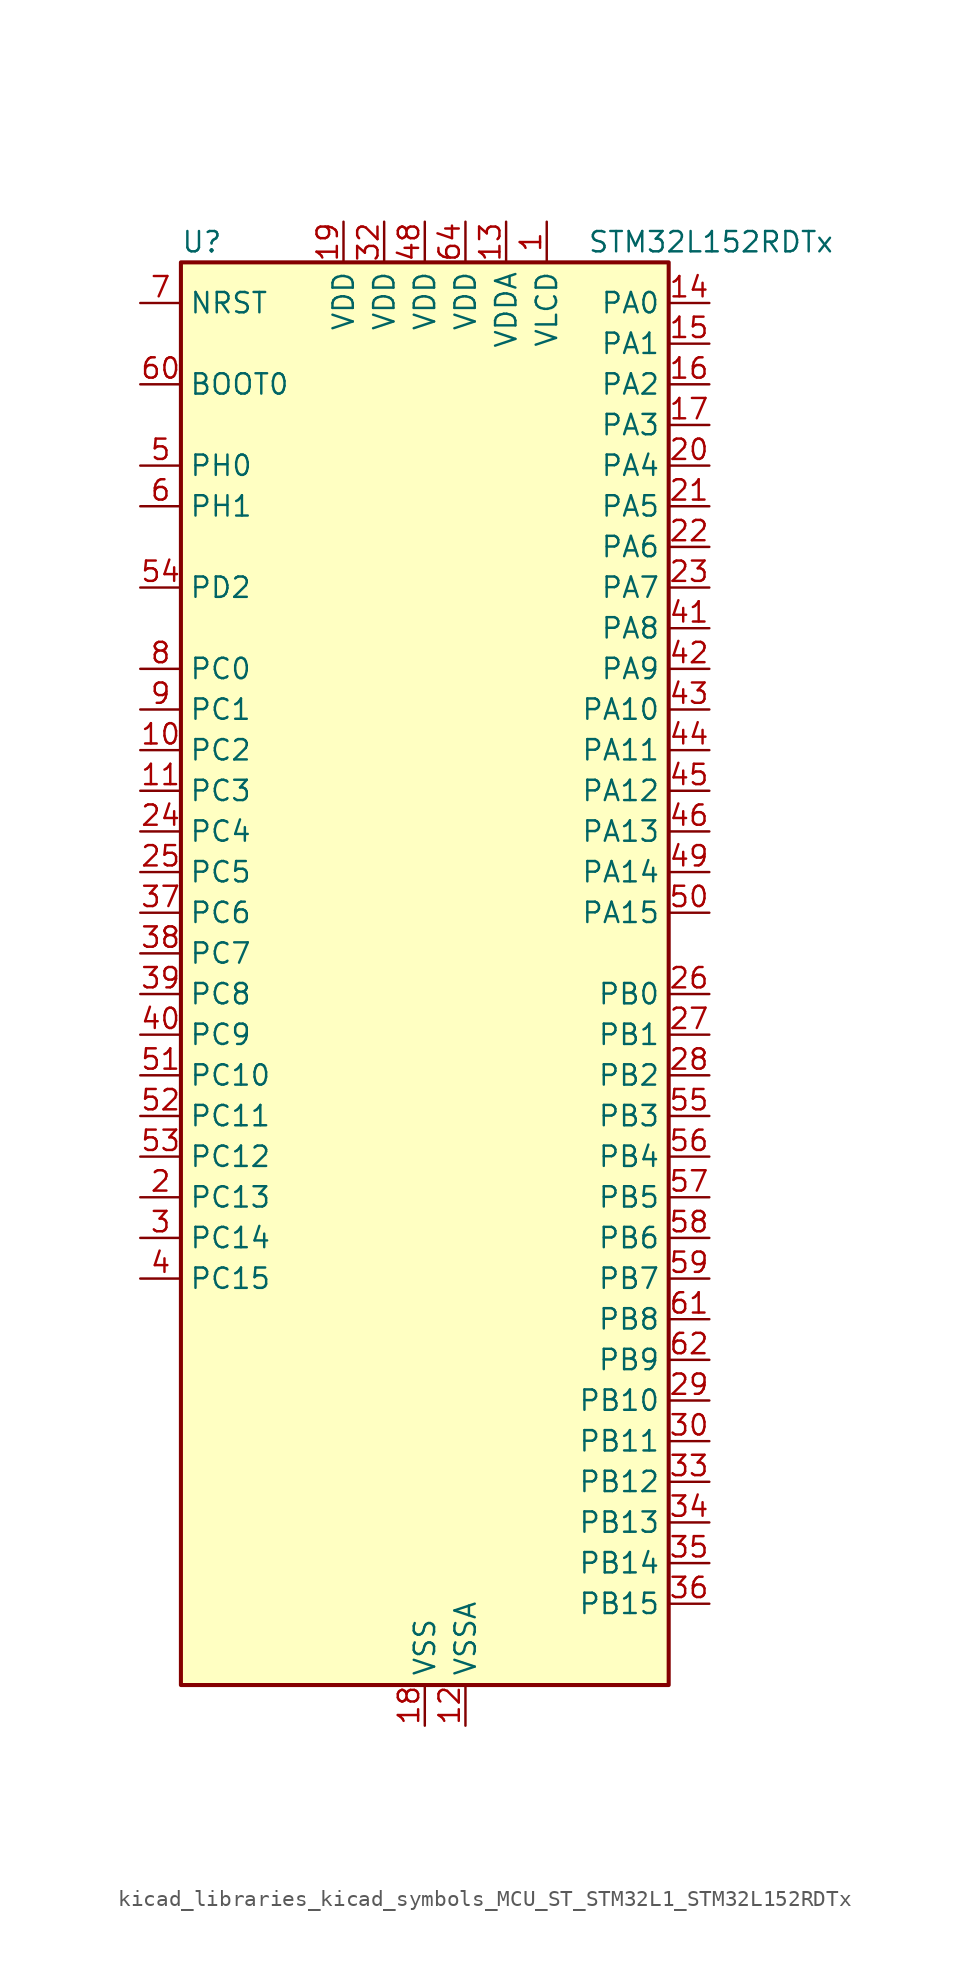
<source format=kicad_sym>
(kicad_symbol_lib
  (version 20220914)
  (generator kicad_symbol_editor)
  (symbol "kicad_libraries_kicad_symbols_MCU_ST_STM32L1_STM32L152RDTx"
    (property "Reference" "U"
      (at -15.24 46.99 0)
      (effects (font (size 1.27 1.27)) (justify left)))
    (property "Value" "STM32L152RDTx"
      (at 10.16 46.99 0)
      (effects (font (size 1.27 1.27)) (justify left)))
    (property "ki_locked" ""
      (at 0 0 0)
      (effects (font (size 1.27 1.27))))
    (symbol "kicad_libraries_kicad_symbols_MCU_ST_STM32L1_STM32L152RDTx_0_1"
      (rectangle (start -15.24 -43.18) (end 15.24 45.72) (stroke (width 0.254) (type default)) (fill (type background))))
    (symbol "kicad_libraries_kicad_symbols_MCU_ST_STM32L1_STM32L152RDTx_1_1"
      (pin power_in line (at 7.62 48.26 270) (length 2.54) (name "VLCD" (effects (font (size 1.27 1.27)))) (number "1" (effects (font (size 1.27 1.27)))))
      (pin bidirectional line (at -17.78 15.24 0) (length 2.54) (name "PC2" (effects (font (size 1.27 1.27)))) (number "10" (effects (font (size 1.27 1.27)))) (alternate "ADC_IN12" bidirectional line) (alternate "COMP1_INP" bidirectional line) (alternate "LCD_SEG20" bidirectional line) (alternate "OPAMP3_VINM" bidirectional line) (alternate "TIMX_IC3" bidirectional line) (alternate "TS_G8_IO3" bidirectional line))
      (pin bidirectional line (at -17.78 12.7 0) (length 2.54) (name "PC3" (effects (font (size 1.27 1.27)))) (number "11" (effects (font (size 1.27 1.27)))) (alternate "ADC_IN13" bidirectional line) (alternate "COMP1_INP" bidirectional line) (alternate "LCD_SEG21" bidirectional line) (alternate "OPAMP3_VOUT" bidirectional line) (alternate "TIMX_IC4" bidirectional line) (alternate "TS_G8_IO4" bidirectional line))
      (pin power_in line (at 2.54 -45.72 90) (length 2.54) (name "VSSA" (effects (font (size 1.27 1.27)))) (number "12" (effects (font (size 1.27 1.27)))))
      (pin power_in line (at 5.08 48.26 270) (length 2.54) (name "VDDA" (effects (font (size 1.27 1.27)))) (number "13" (effects (font (size 1.27 1.27)))))
      (pin bidirectional line (at 17.78 43.18 180) (length 2.54) (name "PA0" (effects (font (size 1.27 1.27)))) (number "14" (effects (font (size 1.27 1.27)))) (alternate "ADC_IN0" bidirectional line) (alternate "COMP1_INP" bidirectional line) (alternate "RTC_TAMP2" bidirectional line) (alternate "SYS_WKUP1" bidirectional line) (alternate "TIM2_CH1" bidirectional line) (alternate "TIM2_ETR" bidirectional line) (alternate "TIM5_CH1" bidirectional line) (alternate "TIMX_IC1" bidirectional line) (alternate "TS_G1_IO1" bidirectional line) (alternate "USART2_CTS" bidirectional line))
      (pin bidirectional line (at 17.78 40.64 180) (length 2.54) (name "PA1" (effects (font (size 1.27 1.27)))) (number "15" (effects (font (size 1.27 1.27)))) (alternate "ADC_IN1" bidirectional line) (alternate "COMP1_INP" bidirectional line) (alternate "LCD_SEG0" bidirectional line) (alternate "OPAMP1_VINP" bidirectional line) (alternate "TIM2_CH2" bidirectional line) (alternate "TIM5_CH2" bidirectional line) (alternate "TIMX_IC2" bidirectional line) (alternate "TS_G1_IO2" bidirectional line) (alternate "USART2_RTS" bidirectional line))
      (pin bidirectional line (at 17.78 38.1 180) (length 2.54) (name "PA2" (effects (font (size 1.27 1.27)))) (number "16" (effects (font (size 1.27 1.27)))) (alternate "ADC_IN2" bidirectional line) (alternate "COMP1_INP" bidirectional line) (alternate "LCD_SEG1" bidirectional line) (alternate "OPAMP1_VINM" bidirectional line) (alternate "TIM2_CH3" bidirectional line) (alternate "TIM5_CH3" bidirectional line) (alternate "TIM9_CH1" bidirectional line) (alternate "TIMX_IC3" bidirectional line) (alternate "TS_G1_IO3" bidirectional line) (alternate "USART2_TX" bidirectional line))
      (pin bidirectional line (at 17.78 35.56 180) (length 2.54) (name "PA3" (effects (font (size 1.27 1.27)))) (number "17" (effects (font (size 1.27 1.27)))) (alternate "ADC_IN3" bidirectional line) (alternate "COMP1_INP" bidirectional line) (alternate "LCD_SEG2" bidirectional line) (alternate "OPAMP1_VOUT" bidirectional line) (alternate "TIM2_CH4" bidirectional line) (alternate "TIM5_CH4" bidirectional line) (alternate "TIM9_CH2" bidirectional line) (alternate "TIMX_IC4" bidirectional line) (alternate "TS_G1_IO4" bidirectional line) (alternate "USART2_RX" bidirectional line))
      (pin power_in line (at 0 -45.72 90) (length 2.54) (name "VSS" (effects (font (size 1.27 1.27)))) (number "18" (effects (font (size 1.27 1.27)))))
      (pin power_in line (at -5.08 48.26 270) (length 2.54) (name "VDD" (effects (font (size 1.27 1.27)))) (number "19" (effects (font (size 1.27 1.27)))))
      (pin bidirectional line (at -17.78 -12.7 0) (length 2.54) (name "PC13" (effects (font (size 1.27 1.27)))) (number "2" (effects (font (size 1.27 1.27)))) (alternate "RTC_OUT_ALARM" bidirectional line) (alternate "RTC_OUT_CALIB" bidirectional line) (alternate "RTC_TAMP1" bidirectional line) (alternate "RTC_TS" bidirectional line) (alternate "SYS_WKUP2" bidirectional line) (alternate "TIMX_IC2" bidirectional line))
      (pin bidirectional line (at 17.78 33.02 180) (length 2.54) (name "PA4" (effects (font (size 1.27 1.27)))) (number "20" (effects (font (size 1.27 1.27)))) (alternate "ADC_IN4" bidirectional line) (alternate "COMP1_INP" bidirectional line) (alternate "DAC_OUT1" bidirectional line) (alternate "I2S3_WS" bidirectional line) (alternate "SPI1_NSS" bidirectional line) (alternate "SPI3_NSS" bidirectional line) (alternate "TIMX_IC1" bidirectional line) (alternate "USART2_CK" bidirectional line))
      (pin bidirectional line (at 17.78 30.48 180) (length 2.54) (name "PA5" (effects (font (size 1.27 1.27)))) (number "21" (effects (font (size 1.27 1.27)))) (alternate "ADC_IN5" bidirectional line) (alternate "COMP1_INP" bidirectional line) (alternate "DAC_OUT2" bidirectional line) (alternate "SPI1_SCK" bidirectional line) (alternate "TIM2_CH1" bidirectional line) (alternate "TIM2_ETR" bidirectional line) (alternate "TIMX_IC2" bidirectional line))
      (pin bidirectional line (at 17.78 27.94 180) (length 2.54) (name "PA6" (effects (font (size 1.27 1.27)))) (number "22" (effects (font (size 1.27 1.27)))) (alternate "ADC_IN6" bidirectional line) (alternate "COMP1_INP" bidirectional line) (alternate "LCD_SEG3" bidirectional line) (alternate "OPAMP2_VINP" bidirectional line) (alternate "SPI1_MISO" bidirectional line) (alternate "TIM10_CH1" bidirectional line) (alternate "TIM3_CH1" bidirectional line) (alternate "TIMX_IC3" bidirectional line) (alternate "TS_G2_IO1" bidirectional line))
      (pin bidirectional line (at 17.78 25.4 180) (length 2.54) (name "PA7" (effects (font (size 1.27 1.27)))) (number "23" (effects (font (size 1.27 1.27)))) (alternate "ADC_IN7" bidirectional line) (alternate "COMP1_INP" bidirectional line) (alternate "LCD_SEG4" bidirectional line) (alternate "OPAMP2_VINM" bidirectional line) (alternate "SPI1_MOSI" bidirectional line) (alternate "TIM11_CH1" bidirectional line) (alternate "TIM3_CH2" bidirectional line) (alternate "TIMX_IC4" bidirectional line) (alternate "TS_G2_IO2" bidirectional line))
      (pin bidirectional line (at -17.78 10.16 0) (length 2.54) (name "PC4" (effects (font (size 1.27 1.27)))) (number "24" (effects (font (size 1.27 1.27)))) (alternate "ADC_IN14" bidirectional line) (alternate "COMP1_INP" bidirectional line) (alternate "LCD_SEG22" bidirectional line) (alternate "TIMX_IC1" bidirectional line) (alternate "TS_G9_IO1" bidirectional line))
      (pin bidirectional line (at -17.78 7.62 0) (length 2.54) (name "PC5" (effects (font (size 1.27 1.27)))) (number "25" (effects (font (size 1.27 1.27)))) (alternate "ADC_IN15" bidirectional line) (alternate "COMP1_INP" bidirectional line) (alternate "LCD_SEG23" bidirectional line) (alternate "TIMX_IC2" bidirectional line) (alternate "TS_G9_IO2" bidirectional line))
      (pin bidirectional line (at 17.78 0 180) (length 2.54) (name "PB0" (effects (font (size 1.27 1.27)))) (number "26" (effects (font (size 1.27 1.27)))) (alternate "ADC_IN8" bidirectional line) (alternate "COMP1_INP" bidirectional line) (alternate "LCD_SEG5" bidirectional line) (alternate "OPAMP2_VOUT" bidirectional line) (alternate "SYS_V_REF_OUT" bidirectional line) (alternate "TIM3_CH3" bidirectional line) (alternate "TS_G3_IO1" bidirectional line))
      (pin bidirectional line (at 17.78 -2.54 180) (length 2.54) (name "PB1" (effects (font (size 1.27 1.27)))) (number "27" (effects (font (size 1.27 1.27)))) (alternate "ADC_IN9" bidirectional line) (alternate "COMP1_INP" bidirectional line) (alternate "LCD_SEG6" bidirectional line) (alternate "SYS_V_REF_OUT" bidirectional line) (alternate "TIM3_CH4" bidirectional line) (alternate "TS_G3_IO2" bidirectional line))
      (pin bidirectional line (at 17.78 -5.08 180) (length 2.54) (name "PB2" (effects (font (size 1.27 1.27)))) (number "28" (effects (font (size 1.27 1.27)))) (alternate "TS_G3_IO3" bidirectional line))
      (pin bidirectional line (at 17.78 -25.4 180) (length 2.54) (name "PB10" (effects (font (size 1.27 1.27)))) (number "29" (effects (font (size 1.27 1.27)))) (alternate "I2C2_SCL" bidirectional line) (alternate "LCD_SEG10" bidirectional line) (alternate "TIM2_CH3" bidirectional line) (alternate "USART3_TX" bidirectional line))
      (pin bidirectional line (at -17.78 -15.24 0) (length 2.54) (name "PC14" (effects (font (size 1.27 1.27)))) (number "3" (effects (font (size 1.27 1.27)))) (alternate "RCC_OSC32_IN" bidirectional line) (alternate "TIMX_IC3" bidirectional line))
      (pin bidirectional line (at 17.78 -27.94 180) (length 2.54) (name "PB11" (effects (font (size 1.27 1.27)))) (number "30" (effects (font (size 1.27 1.27)))) (alternate "ADC_EXTI11" bidirectional line) (alternate "I2C2_SDA" bidirectional line) (alternate "LCD_SEG11" bidirectional line) (alternate "TIM2_CH4" bidirectional line) (alternate "USART3_RX" bidirectional line))
      (pin passive line (at 0 -45.72 90) (length 2.54) hide (name "VSS" (effects (font (size 1.27 1.27)))) (number "31" (effects (font (size 1.27 1.27)))))
      (pin power_in line (at -2.54 48.26 270) (length 2.54) (name "VDD" (effects (font (size 1.27 1.27)))) (number "32" (effects (font (size 1.27 1.27)))))
      (pin bidirectional line (at 17.78 -30.48 180) (length 2.54) (name "PB12" (effects (font (size 1.27 1.27)))) (number "33" (effects (font (size 1.27 1.27)))) (alternate "ADC_IN18" bidirectional line) (alternate "COMP1_INP" bidirectional line) (alternate "I2C2_SMBA" bidirectional line) (alternate "I2S2_WS" bidirectional line) (alternate "LCD_SEG12" bidirectional line) (alternate "SPI2_NSS" bidirectional line) (alternate "TIM10_CH1" bidirectional line) (alternate "TS_G7_IO1" bidirectional line) (alternate "USART3_CK" bidirectional line))
      (pin bidirectional line (at 17.78 -33.02 180) (length 2.54) (name "PB13" (effects (font (size 1.27 1.27)))) (number "34" (effects (font (size 1.27 1.27)))) (alternate "ADC_IN19" bidirectional line) (alternate "COMP1_INP" bidirectional line) (alternate "I2S2_CK" bidirectional line) (alternate "LCD_SEG13" bidirectional line) (alternate "SPI2_SCK" bidirectional line) (alternate "TIM9_CH1" bidirectional line) (alternate "TS_G7_IO2" bidirectional line) (alternate "USART3_CTS" bidirectional line))
      (pin bidirectional line (at 17.78 -35.56 180) (length 2.54) (name "PB14" (effects (font (size 1.27 1.27)))) (number "35" (effects (font (size 1.27 1.27)))) (alternate "ADC_IN20" bidirectional line) (alternate "COMP1_INP" bidirectional line) (alternate "LCD_SEG14" bidirectional line) (alternate "SPI2_MISO" bidirectional line) (alternate "TIM9_CH2" bidirectional line) (alternate "TS_G7_IO3" bidirectional line) (alternate "USART3_RTS" bidirectional line))
      (pin bidirectional line (at 17.78 -38.1 180) (length 2.54) (name "PB15" (effects (font (size 1.27 1.27)))) (number "36" (effects (font (size 1.27 1.27)))) (alternate "ADC_EXTI15" bidirectional line) (alternate "ADC_IN21" bidirectional line) (alternate "COMP1_INP" bidirectional line) (alternate "I2S2_SD" bidirectional line) (alternate "LCD_SEG15" bidirectional line) (alternate "RTC_REFIN" bidirectional line) (alternate "SPI2_MOSI" bidirectional line) (alternate "TIM11_CH1" bidirectional line) (alternate "TS_G7_IO4" bidirectional line))
      (pin bidirectional line (at -17.78 5.08 0) (length 2.54) (name "PC6" (effects (font (size 1.27 1.27)))) (number "37" (effects (font (size 1.27 1.27)))) (alternate "I2S2_MCK" bidirectional line) (alternate "LCD_SEG24" bidirectional line) (alternate "SDIO_D6" bidirectional line) (alternate "TIM3_CH1" bidirectional line) (alternate "TIMX_IC3" bidirectional line) (alternate "TS_G10_IO1" bidirectional line))
      (pin bidirectional line (at -17.78 2.54 0) (length 2.54) (name "PC7" (effects (font (size 1.27 1.27)))) (number "38" (effects (font (size 1.27 1.27)))) (alternate "I2S3_MCK" bidirectional line) (alternate "LCD_SEG25" bidirectional line) (alternate "SDIO_D7" bidirectional line) (alternate "TIM3_CH2" bidirectional line) (alternate "TIMX_IC4" bidirectional line) (alternate "TS_G10_IO2" bidirectional line))
      (pin bidirectional line (at -17.78 0 0) (length 2.54) (name "PC8" (effects (font (size 1.27 1.27)))) (number "39" (effects (font (size 1.27 1.27)))) (alternate "LCD_SEG26" bidirectional line) (alternate "SDIO_D0" bidirectional line) (alternate "TIM3_CH3" bidirectional line) (alternate "TIMX_IC1" bidirectional line) (alternate "TS_G10_IO3" bidirectional line))
      (pin bidirectional line (at -17.78 -17.78 0) (length 2.54) (name "PC15" (effects (font (size 1.27 1.27)))) (number "4" (effects (font (size 1.27 1.27)))) (alternate "ADC_EXTI15" bidirectional line) (alternate "RCC_OSC32_OUT" bidirectional line) (alternate "TIMX_IC4" bidirectional line))
      (pin bidirectional line (at -17.78 -2.54 0) (length 2.54) (name "PC9" (effects (font (size 1.27 1.27)))) (number "40" (effects (font (size 1.27 1.27)))) (alternate "DAC_EXTI9" bidirectional line) (alternate "LCD_SEG27" bidirectional line) (alternate "SDIO_D1" bidirectional line) (alternate "TIM3_CH4" bidirectional line) (alternate "TIMX_IC2" bidirectional line) (alternate "TS_G10_IO4" bidirectional line))
      (pin bidirectional line (at 17.78 22.86 180) (length 2.54) (name "PA8" (effects (font (size 1.27 1.27)))) (number "41" (effects (font (size 1.27 1.27)))) (alternate "LCD_COM0" bidirectional line) (alternate "RCC_MCO" bidirectional line) (alternate "TIMX_IC1" bidirectional line) (alternate "TS_G4_IO1" bidirectional line) (alternate "USART1_CK" bidirectional line))
      (pin bidirectional line (at 17.78 20.32 180) (length 2.54) (name "PA9" (effects (font (size 1.27 1.27)))) (number "42" (effects (font (size 1.27 1.27)))) (alternate "DAC_EXTI9" bidirectional line) (alternate "LCD_COM1" bidirectional line) (alternate "TIMX_IC2" bidirectional line) (alternate "TS_G4_IO2" bidirectional line) (alternate "USART1_TX" bidirectional line))
      (pin bidirectional line (at 17.78 17.78 180) (length 2.54) (name "PA10" (effects (font (size 1.27 1.27)))) (number "43" (effects (font (size 1.27 1.27)))) (alternate "LCD_COM2" bidirectional line) (alternate "TIMX_IC3" bidirectional line) (alternate "TS_G4_IO3" bidirectional line) (alternate "USART1_RX" bidirectional line))
      (pin bidirectional line (at 17.78 15.24 180) (length 2.54) (name "PA11" (effects (font (size 1.27 1.27)))) (number "44" (effects (font (size 1.27 1.27)))) (alternate "ADC_EXTI11" bidirectional line) (alternate "SPI1_MISO" bidirectional line) (alternate "TIMX_IC4" bidirectional line) (alternate "USART1_CTS" bidirectional line) (alternate "USB_DM" bidirectional line))
      (pin bidirectional line (at 17.78 12.7 180) (length 2.54) (name "PA12" (effects (font (size 1.27 1.27)))) (number "45" (effects (font (size 1.27 1.27)))) (alternate "SPI1_MOSI" bidirectional line) (alternate "TIMX_IC1" bidirectional line) (alternate "USART1_RTS" bidirectional line) (alternate "USB_DP" bidirectional line))
      (pin bidirectional line (at 17.78 10.16 180) (length 2.54) (name "PA13" (effects (font (size 1.27 1.27)))) (number "46" (effects (font (size 1.27 1.27)))) (alternate "SYS_JTMS-SWDIO" bidirectional line) (alternate "TIMX_IC2" bidirectional line) (alternate "TS_G5_IO1" bidirectional line))
      (pin passive line (at 0 -45.72 90) (length 2.54) hide (name "VSS" (effects (font (size 1.27 1.27)))) (number "47" (effects (font (size 1.27 1.27)))))
      (pin power_in line (at 0 48.26 270) (length 2.54) (name "VDD" (effects (font (size 1.27 1.27)))) (number "48" (effects (font (size 1.27 1.27)))))
      (pin bidirectional line (at 17.78 7.62 180) (length 2.54) (name "PA14" (effects (font (size 1.27 1.27)))) (number "49" (effects (font (size 1.27 1.27)))) (alternate "SYS_JTCK-SWCLK" bidirectional line) (alternate "TIMX_IC3" bidirectional line) (alternate "TS_G5_IO2" bidirectional line))
      (pin bidirectional line (at -17.78 33.02 0) (length 2.54) (name "PH0" (effects (font (size 1.27 1.27)))) (number "5" (effects (font (size 1.27 1.27)))) (alternate "RCC_OSC_IN" bidirectional line))
      (pin bidirectional line (at 17.78 5.08 180) (length 2.54) (name "PA15" (effects (font (size 1.27 1.27)))) (number "50" (effects (font (size 1.27 1.27)))) (alternate "ADC_EXTI15" bidirectional line) (alternate "I2S3_WS" bidirectional line) (alternate "LCD_SEG17" bidirectional line) (alternate "SPI1_NSS" bidirectional line) (alternate "SPI3_NSS" bidirectional line) (alternate "SYS_JTDI" bidirectional line) (alternate "TIM2_CH1" bidirectional line) (alternate "TIM2_ETR" bidirectional line) (alternate "TIMX_IC4" bidirectional line) (alternate "TS_G5_IO3" bidirectional line))
      (pin bidirectional line (at -17.78 -5.08 0) (length 2.54) (name "PC10" (effects (font (size 1.27 1.27)))) (number "51" (effects (font (size 1.27 1.27)))) (alternate "I2S3_CK" bidirectional line) (alternate "LCD_COM4" bidirectional line) (alternate "LCD_SEG28" bidirectional line) (alternate "LCD_SEG40" bidirectional line) (alternate "SDIO_D2" bidirectional line) (alternate "SPI3_SCK" bidirectional line) (alternate "TIMX_IC3" bidirectional line) (alternate "UART4_TX" bidirectional line) (alternate "USART3_TX" bidirectional line))
      (pin bidirectional line (at -17.78 -7.62 0) (length 2.54) (name "PC11" (effects (font (size 1.27 1.27)))) (number "52" (effects (font (size 1.27 1.27)))) (alternate "ADC_EXTI11" bidirectional line) (alternate "LCD_COM5" bidirectional line) (alternate "LCD_SEG29" bidirectional line) (alternate "LCD_SEG41" bidirectional line) (alternate "SDIO_D3" bidirectional line) (alternate "SPI3_MISO" bidirectional line) (alternate "TIMX_IC4" bidirectional line) (alternate "UART4_RX" bidirectional line) (alternate "USART3_RX" bidirectional line))
      (pin bidirectional line (at -17.78 -10.16 0) (length 2.54) (name "PC12" (effects (font (size 1.27 1.27)))) (number "53" (effects (font (size 1.27 1.27)))) (alternate "I2S3_SD" bidirectional line) (alternate "LCD_COM6" bidirectional line) (alternate "LCD_SEG30" bidirectional line) (alternate "LCD_SEG42" bidirectional line) (alternate "SDIO_CK" bidirectional line) (alternate "SPI3_MOSI" bidirectional line) (alternate "TIMX_IC1" bidirectional line) (alternate "UART5_TX" bidirectional line) (alternate "USART3_CK" bidirectional line))
      (pin bidirectional line (at -17.78 25.4 0) (length 2.54) (name "PD2" (effects (font (size 1.27 1.27)))) (number "54" (effects (font (size 1.27 1.27)))) (alternate "LCD_COM7" bidirectional line) (alternate "LCD_SEG31" bidirectional line) (alternate "LCD_SEG43" bidirectional line) (alternate "SDIO_CMD" bidirectional line) (alternate "TIM3_ETR" bidirectional line) (alternate "TIMX_IC3" bidirectional line) (alternate "UART5_RX" bidirectional line))
      (pin bidirectional line (at 17.78 -7.62 180) (length 2.54) (name "PB3" (effects (font (size 1.27 1.27)))) (number "55" (effects (font (size 1.27 1.27)))) (alternate "COMP2_INM" bidirectional line) (alternate "I2S3_CK" bidirectional line) (alternate "LCD_SEG7" bidirectional line) (alternate "SPI1_SCK" bidirectional line) (alternate "SPI3_SCK" bidirectional line) (alternate "SYS_JTDO-TRACESWO" bidirectional line) (alternate "TIM2_CH2" bidirectional line))
      (pin bidirectional line (at 17.78 -10.16 180) (length 2.54) (name "PB4" (effects (font (size 1.27 1.27)))) (number "56" (effects (font (size 1.27 1.27)))) (alternate "COMP2_INP" bidirectional line) (alternate "LCD_SEG8" bidirectional line) (alternate "SPI1_MISO" bidirectional line) (alternate "SPI3_MISO" bidirectional line) (alternate "SYS_JTRST" bidirectional line) (alternate "TIM3_CH1" bidirectional line) (alternate "TS_G6_IO1" bidirectional line))
      (pin bidirectional line (at 17.78 -12.7 180) (length 2.54) (name "PB5" (effects (font (size 1.27 1.27)))) (number "57" (effects (font (size 1.27 1.27)))) (alternate "COMP2_INP" bidirectional line) (alternate "I2C1_SMBA" bidirectional line) (alternate "I2S3_SD" bidirectional line) (alternate "LCD_SEG9" bidirectional line) (alternate "SPI1_MOSI" bidirectional line) (alternate "SPI3_MOSI" bidirectional line) (alternate "TIM3_CH2" bidirectional line) (alternate "TS_G6_IO2" bidirectional line))
      (pin bidirectional line (at 17.78 -15.24 180) (length 2.54) (name "PB6" (effects (font (size 1.27 1.27)))) (number "58" (effects (font (size 1.27 1.27)))) (alternate "COMP2_INP" bidirectional line) (alternate "I2C1_SCL" bidirectional line) (alternate "TIM4_CH1" bidirectional line) (alternate "TS_G6_IO3" bidirectional line) (alternate "USART1_TX" bidirectional line))
      (pin bidirectional line (at 17.78 -17.78 180) (length 2.54) (name "PB7" (effects (font (size 1.27 1.27)))) (number "59" (effects (font (size 1.27 1.27)))) (alternate "COMP2_INP" bidirectional line) (alternate "I2C1_SDA" bidirectional line) (alternate "SYS_PVD_IN" bidirectional line) (alternate "TIM4_CH2" bidirectional line) (alternate "TS_G6_IO4" bidirectional line) (alternate "USART1_RX" bidirectional line))
      (pin bidirectional line (at -17.78 30.48 0) (length 2.54) (name "PH1" (effects (font (size 1.27 1.27)))) (number "6" (effects (font (size 1.27 1.27)))) (alternate "RCC_OSC_OUT" bidirectional line))
      (pin input line (at -17.78 38.1 0) (length 2.54) (name "BOOT0" (effects (font (size 1.27 1.27)))) (number "60" (effects (font (size 1.27 1.27)))))
      (pin bidirectional line (at 17.78 -20.32 180) (length 2.54) (name "PB8" (effects (font (size 1.27 1.27)))) (number "61" (effects (font (size 1.27 1.27)))) (alternate "I2C1_SCL" bidirectional line) (alternate "LCD_SEG16" bidirectional line) (alternate "SDIO_D4" bidirectional line) (alternate "TIM10_CH1" bidirectional line) (alternate "TIM4_CH3" bidirectional line))
      (pin bidirectional line (at 17.78 -22.86 180) (length 2.54) (name "PB9" (effects (font (size 1.27 1.27)))) (number "62" (effects (font (size 1.27 1.27)))) (alternate "DAC_EXTI9" bidirectional line) (alternate "I2C1_SDA" bidirectional line) (alternate "LCD_COM3" bidirectional line) (alternate "SDIO_D5" bidirectional line) (alternate "TIM11_CH1" bidirectional line) (alternate "TIM4_CH4" bidirectional line))
      (pin passive line (at 0 -45.72 90) (length 2.54) hide (name "VSS" (effects (font (size 1.27 1.27)))) (number "63" (effects (font (size 1.27 1.27)))))
      (pin power_in line (at 2.54 48.26 270) (length 2.54) (name "VDD" (effects (font (size 1.27 1.27)))) (number "64" (effects (font (size 1.27 1.27)))))
      (pin input line (at -17.78 43.18 0) (length 2.54) (name "NRST" (effects (font (size 1.27 1.27)))) (number "7" (effects (font (size 1.27 1.27)))))
      (pin bidirectional line (at -17.78 20.32 0) (length 2.54) (name "PC0" (effects (font (size 1.27 1.27)))) (number "8" (effects (font (size 1.27 1.27)))) (alternate "ADC_IN10" bidirectional line) (alternate "COMP1_INP" bidirectional line) (alternate "LCD_SEG18" bidirectional line) (alternate "TIMX_IC1" bidirectional line) (alternate "TS_G8_IO1" bidirectional line))
      (pin bidirectional line (at -17.78 17.78 0) (length 2.54) (name "PC1" (effects (font (size 1.27 1.27)))) (number "9" (effects (font (size 1.27 1.27)))) (alternate "ADC_IN11" bidirectional line) (alternate "COMP1_INP" bidirectional line) (alternate "LCD_SEG19" bidirectional line) (alternate "OPAMP3_VINP" bidirectional line) (alternate "TIMX_IC2" bidirectional line) (alternate "TS_G8_IO2" bidirectional line)))))
</source>
